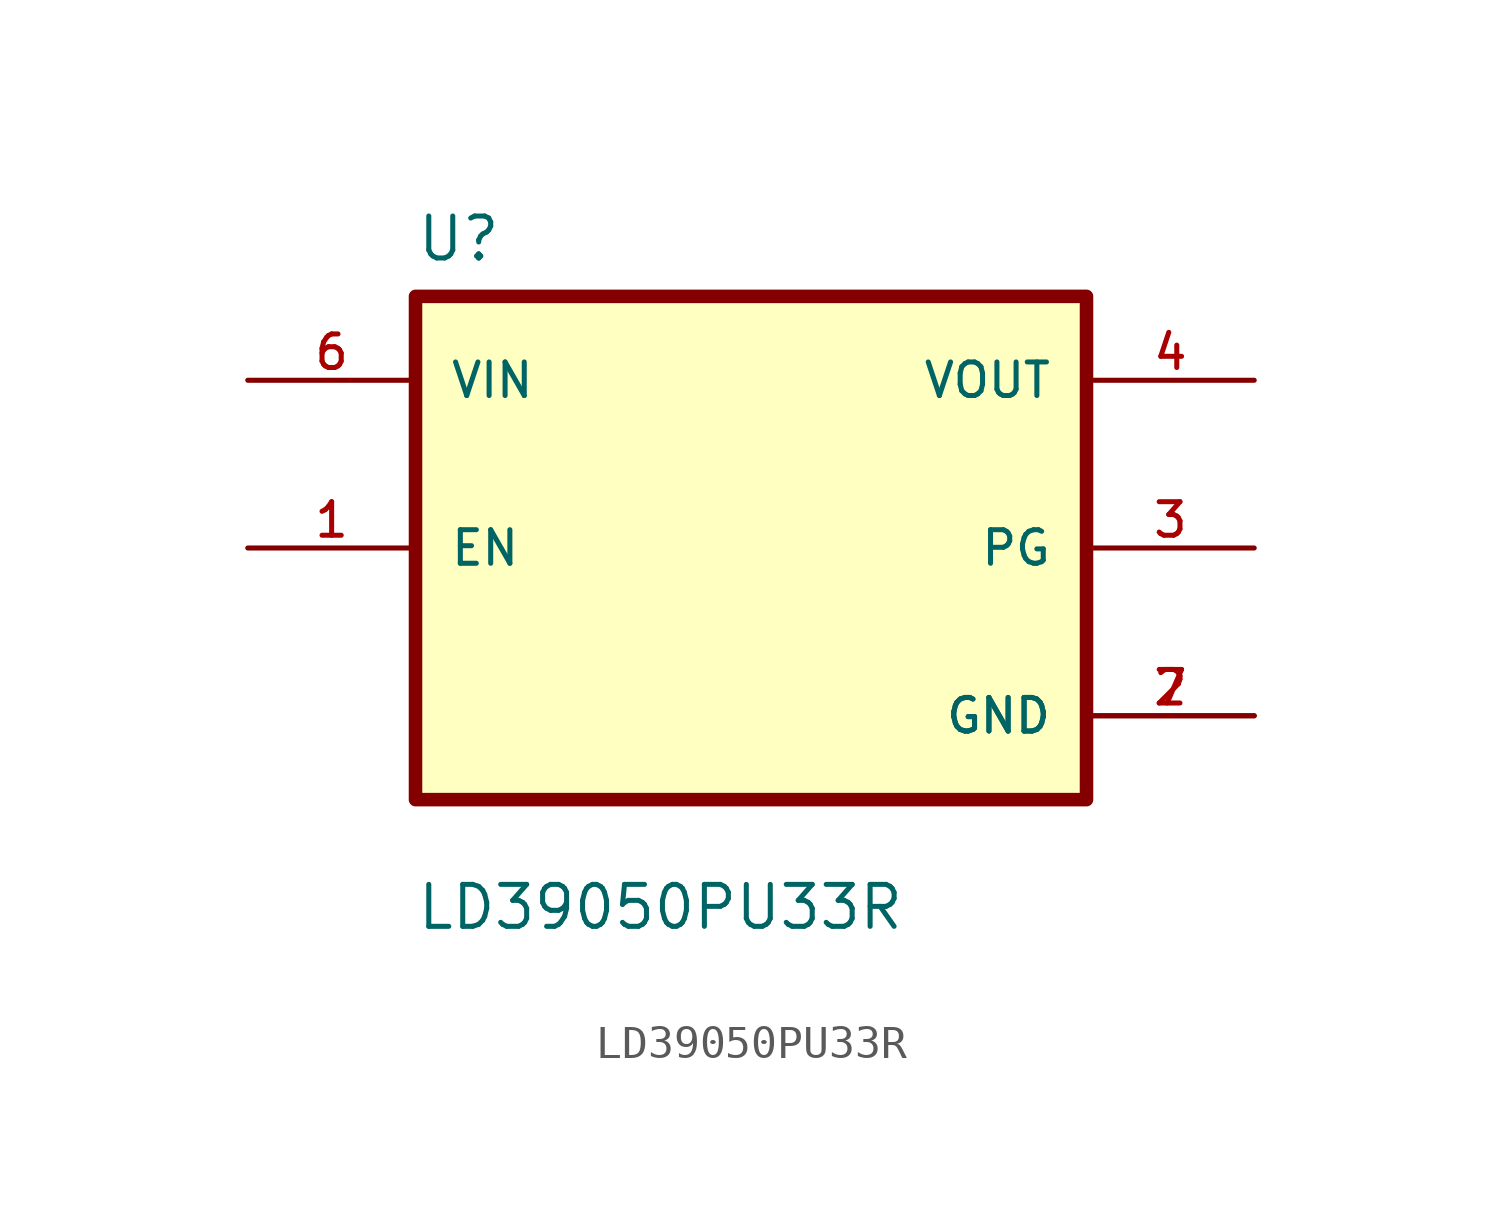
<source format=kicad_sym>
(kicad_symbol_lib
  (version 20220914)
  (generator kicad_symbol_editor)
  (symbol "LD39050PU33R"
    (pin_names
      (offset 1.016))
    (property "Reference" "U"
      (at -10.16 8.62 0)
      (effects (font (size 1.27 1.27)) (justify left bottom)))
    (property "Value" "LD39050PU33R"
      (at -10.16 -11.62 0)
      (effects (font (size 1.27 1.27)) (justify left bottom)))
    (symbol "LD39050PU33R_0_0"
      (rectangle (start -10.16 7.62) (end 10.16 -7.62) (stroke (width 0.41) (type default)) (fill (type background)))
      (pin input line (at -15.24 0 0) (length 5.08) (name "EN" (effects (font (size 1.016 1.016)))) (number "1" (effects (font (size 1.016 1.016)))))
      (pin power_in line (at 15.24 -5.08 180) (length 5.08) (name "GND" (effects (font (size 1.016 1.016)))) (number "2" (effects (font (size 1.016 1.016)))))
      (pin bidirectional line (at 15.24 0 180) (length 5.08) (name "PG" (effects (font (size 1.016 1.016)))) (number "3" (effects (font (size 1.016 1.016)))))
      (pin output line (at 15.24 5.08 180) (length 5.08) (name "VOUT" (effects (font (size 1.016 1.016)))) (number "4" (effects (font (size 1.016 1.016)))))
      (pin power_in line (at -15.24 5.08 0) (length 5.08) (name "VIN" (effects (font (size 1.016 1.016)))) (number "6" (effects (font (size 1.016 1.016)))))
      (pin power_in line (at 15.24 -5.08 180) (length 5.08) (name "GND" (effects (font (size 1.016 1.016)))) (number "7" (effects (font (size 1.016 1.016))))))))
</source>
